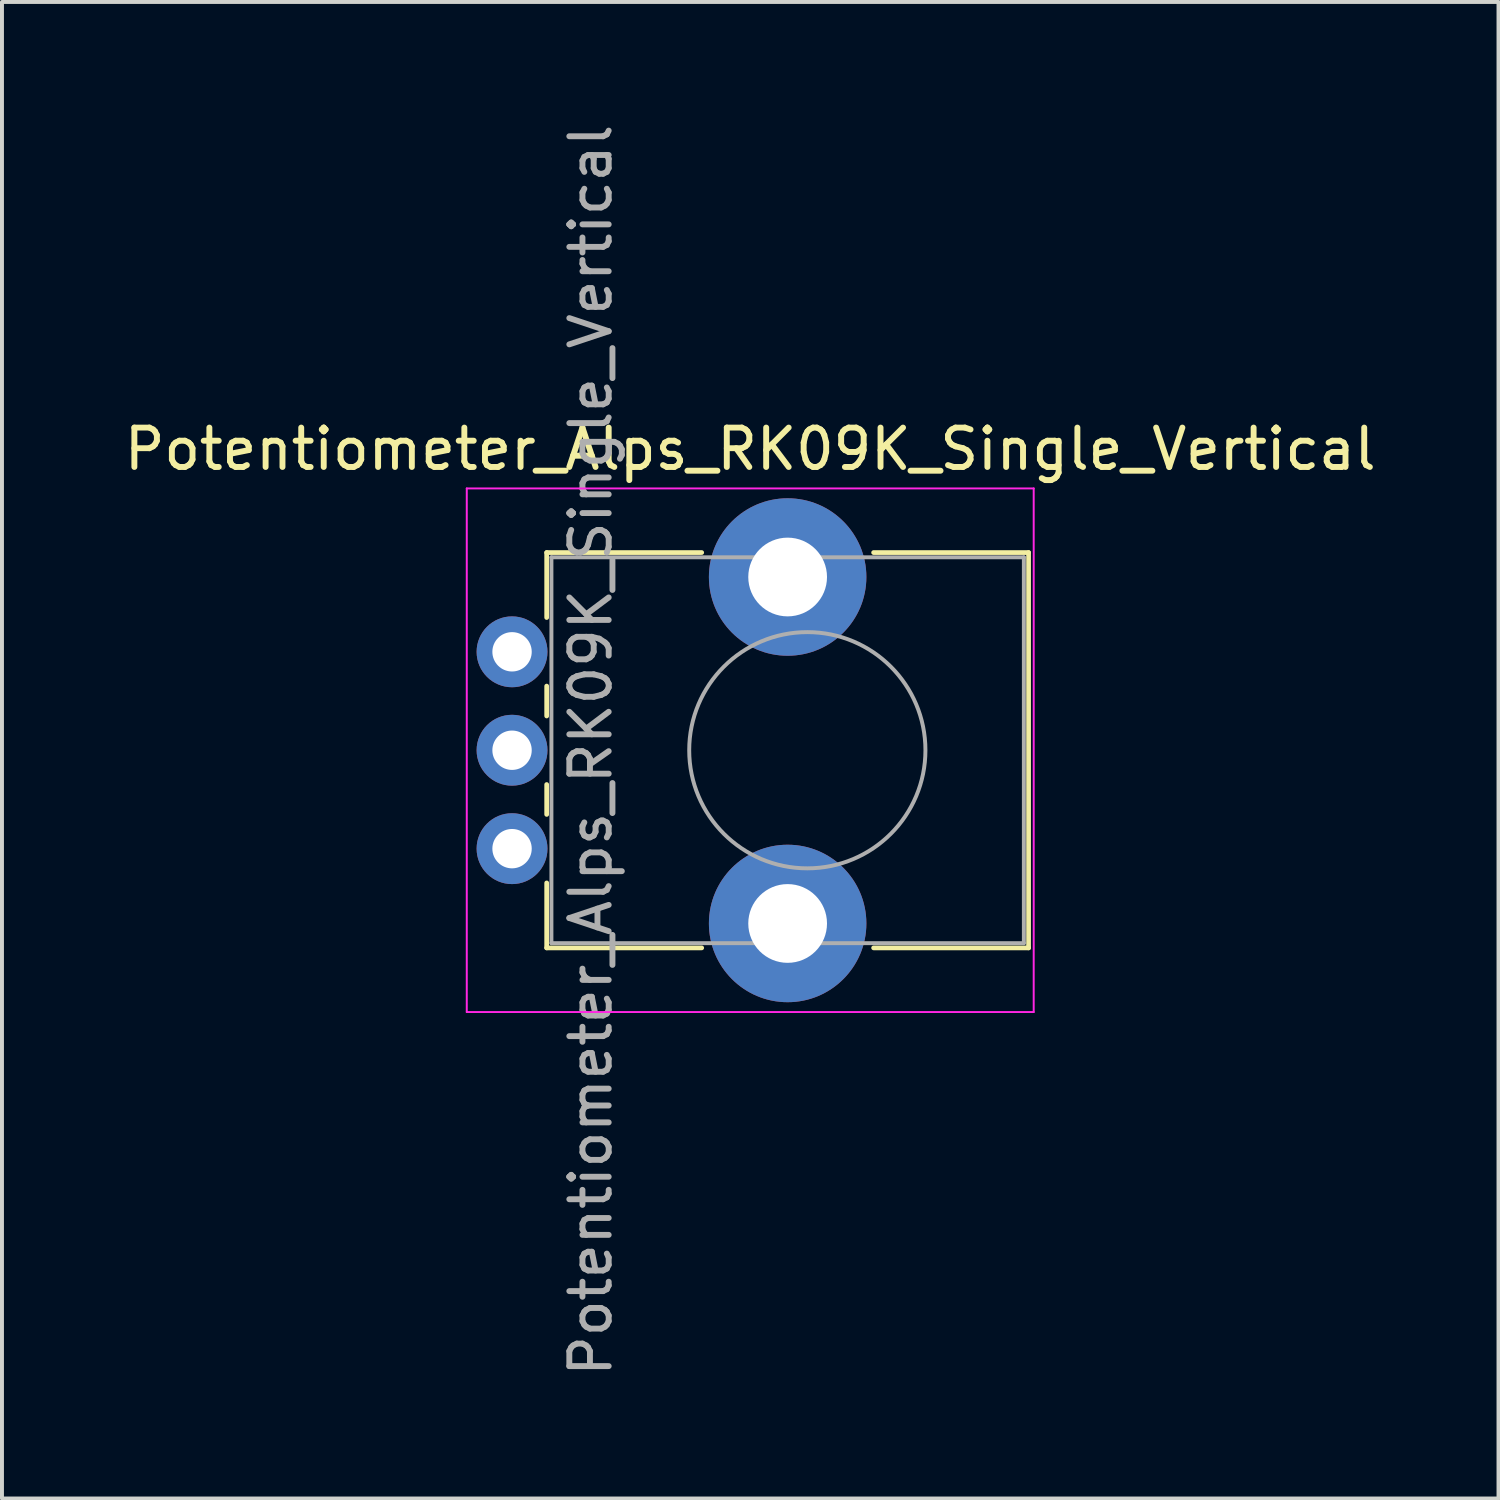
<source format=kicad_pcb>
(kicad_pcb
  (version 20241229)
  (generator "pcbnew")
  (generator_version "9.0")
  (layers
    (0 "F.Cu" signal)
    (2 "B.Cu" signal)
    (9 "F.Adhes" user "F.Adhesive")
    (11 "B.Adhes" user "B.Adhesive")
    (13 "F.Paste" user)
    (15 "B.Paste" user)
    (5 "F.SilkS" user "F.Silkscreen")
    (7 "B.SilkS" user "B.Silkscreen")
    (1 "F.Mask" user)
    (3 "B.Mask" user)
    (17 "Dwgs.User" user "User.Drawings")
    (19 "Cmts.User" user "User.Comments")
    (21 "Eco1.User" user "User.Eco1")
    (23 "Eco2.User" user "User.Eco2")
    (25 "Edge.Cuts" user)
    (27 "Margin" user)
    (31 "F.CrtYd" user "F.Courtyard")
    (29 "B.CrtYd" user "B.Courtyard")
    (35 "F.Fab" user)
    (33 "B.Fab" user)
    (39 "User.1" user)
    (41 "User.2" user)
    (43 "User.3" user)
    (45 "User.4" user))
  (footprint "Potentiometer_Alps_RK09K_Single_Vertical"
    (layer "F.Cu")
    (at 17.456 16.006)
    (property "Reference" "Potentiometer_Alps_RK09K_Single_Vertical" (at -1.45 -7.65 0) (layer "F.SilkS") (effects (font (size 1 1) (thickness 0.15))))
    (attr through_hole)
    (fp_line (start -6.62 -5.021) (end -6.62 -3.371) (stroke (width 0.12) (type solid)) (layer "F.SilkS"))
    (fp_line (start -6.62 -5.021) (end -2.683 -5.021) (stroke (width 0.12) (type solid)) (layer "F.SilkS"))
    (fp_line (start -6.62 -1.629) (end -6.62 -0.87) (stroke (width 0.12) (type solid)) (layer "F.SilkS"))
    (fp_line (start -6.62 0.871) (end -6.62 1.63) (stroke (width 0.12) (type solid)) (layer "F.SilkS"))
    (fp_line (start -6.62 3.37) (end -6.62 5.02) (stroke (width 0.12) (type solid)) (layer "F.SilkS"))
    (fp_line (start -6.62 5.02) (end -2.683 5.02) (stroke (width 0.12) (type solid)) (layer "F.SilkS"))
    (fp_line (start 1.684 -5.021) (end 5.62 -5.021) (stroke (width 0.12) (type solid)) (layer "F.SilkS"))
    (fp_line (start 1.684 5.02) (end 5.62 5.02) (stroke (width 0.12) (type solid)) (layer "F.SilkS"))
    (fp_line (start 5.62 -5.021) (end 5.62 5.02) (stroke (width 0.12) (type solid)) (layer "F.SilkS"))
    (fp_line (start -8.65 -6.65) (end -8.65 6.65) (stroke (width 0.05) (type solid)) (layer "F.CrtYd"))
    (fp_line (start -8.65 6.65) (end 5.75 6.65) (stroke (width 0.05) (type solid)) (layer "F.CrtYd"))
    (fp_line (start 5.75 -6.65) (end -8.65 -6.65) (stroke (width 0.05) (type solid)) (layer "F.CrtYd"))
    (fp_line (start 5.75 6.65) (end 5.75 -6.65) (stroke (width 0.05) (type solid)) (layer "F.CrtYd"))
    (fp_line (start -6.5 -4.9) (end -6.5 4.9) (stroke (width 0.1) (type solid)) (layer "F.Fab"))
    (fp_line (start -6.5 4.9) (end 5.5 4.9) (stroke (width 0.1) (type solid)) (layer "F.Fab"))
    (fp_line (start 5.5 -4.9) (end -6.5 -4.9) (stroke (width 0.1) (type solid)) (layer "F.Fab"))
    (fp_line (start 5.5 4.9) (end 5.5 -4.9) (stroke (width 0.1) (type solid)) (layer "F.Fab"))
    (fp_circle (center 0 0) (end 3 0) (stroke (width 0.1) (type solid)) (fill no) (layer "F.Fab"))
    (fp_text user "${REFERENCE}" (at -5.5 0 90) (layer "F.Fab") (effects (font (size 1 1) (thickness 0.15))))
    (pad "" np_thru_hole circle (at -0.5 -4.4) (size 4 4) (drill 2) (layers "*.Cu" "*.Mask"))
    (pad "" np_thru_hole circle (at -0.5 4.4) (size 4 4) (drill 2) (layers "*.Cu" "*.Mask"))
    (pad "1" thru_hole circle (at -7.5 2.5) (size 1.8 1.8) (drill 1) (layers "*.Cu" "*.Mask"))
    (pad "2" thru_hole circle (at -7.5 0) (size 1.8 1.8) (drill 1) (layers "*.Cu" "*.Mask"))
    (pad "3" thru_hole circle (at -7.5 -2.5) (size 1.8 1.8) (drill 1) (layers "*.Cu" "*.Mask")))
  (gr_rect
    (start -3 -3)
    (end 35.012 35.012)
    (stroke (width 0.1) (type default))
    (fill no)
    (layer "Edge.Cuts")))
</source>
